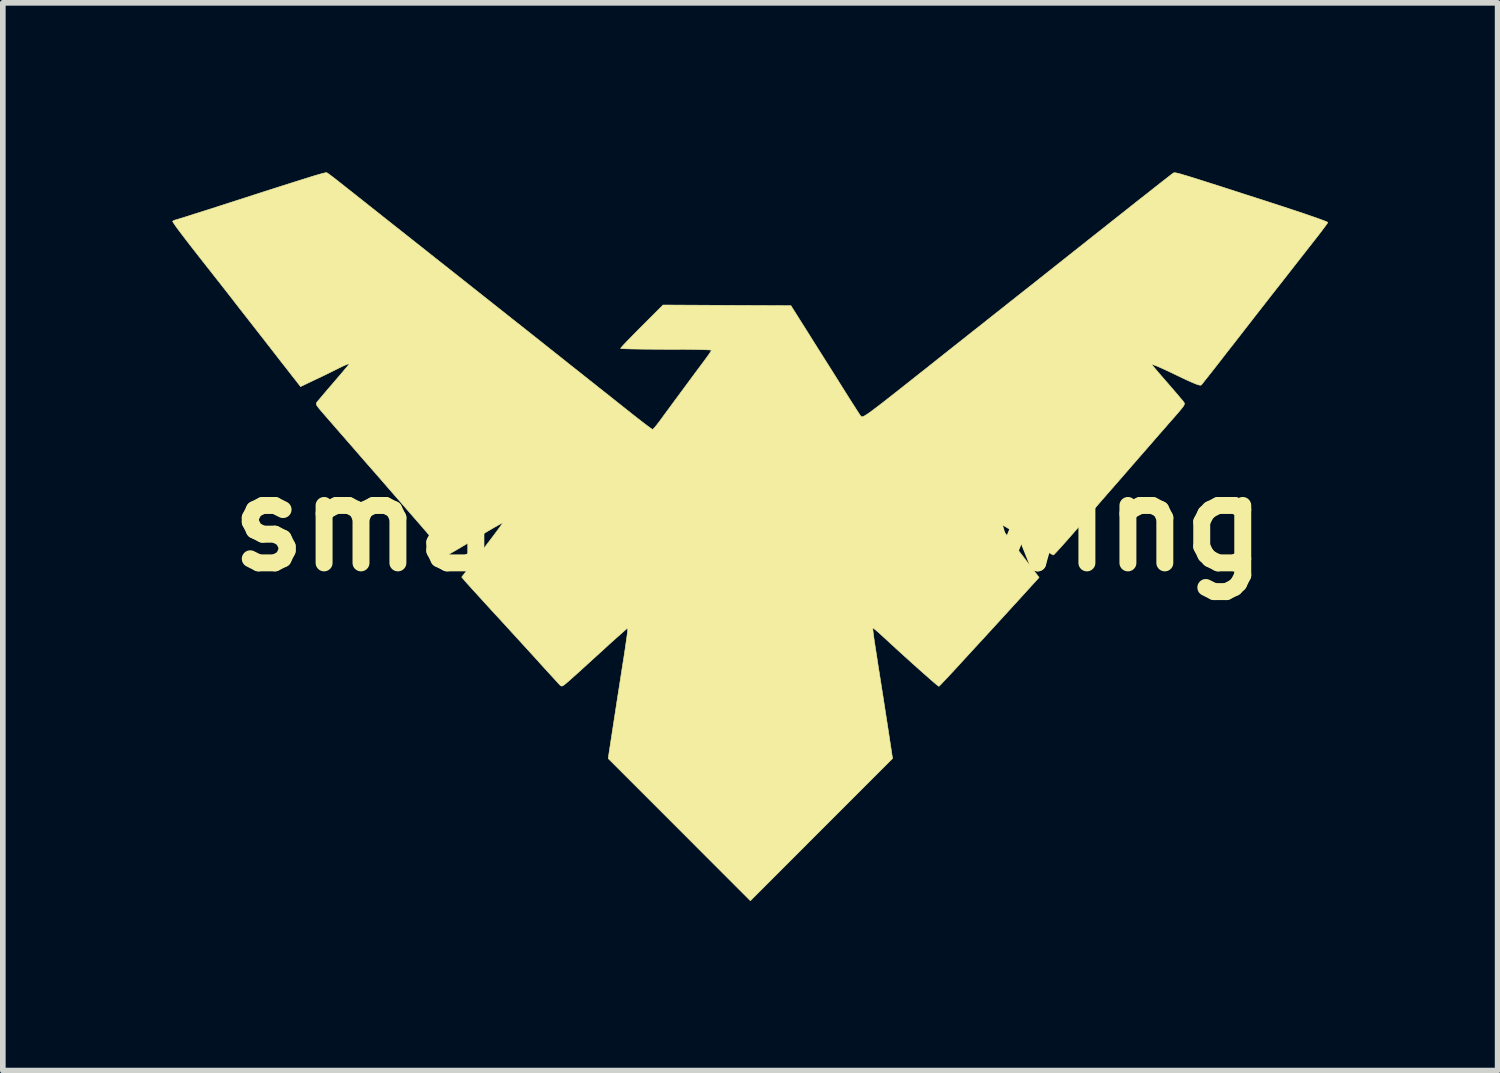
<source format=kicad_pcb>
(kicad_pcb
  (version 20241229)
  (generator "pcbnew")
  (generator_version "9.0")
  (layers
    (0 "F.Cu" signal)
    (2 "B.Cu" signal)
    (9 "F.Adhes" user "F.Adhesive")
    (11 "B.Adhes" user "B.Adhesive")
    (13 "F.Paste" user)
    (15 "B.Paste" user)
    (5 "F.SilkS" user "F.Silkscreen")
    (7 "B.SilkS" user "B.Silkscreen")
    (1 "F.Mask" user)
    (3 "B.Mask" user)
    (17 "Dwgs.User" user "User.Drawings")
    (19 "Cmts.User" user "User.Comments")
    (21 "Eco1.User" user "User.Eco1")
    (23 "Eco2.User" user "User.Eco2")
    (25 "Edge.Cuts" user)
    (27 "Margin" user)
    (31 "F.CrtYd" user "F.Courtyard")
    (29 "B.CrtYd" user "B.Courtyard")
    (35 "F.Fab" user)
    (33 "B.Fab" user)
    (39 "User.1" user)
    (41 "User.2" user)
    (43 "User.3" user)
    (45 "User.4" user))
  (footprint "small_nightwing"
    (layer "F.Cu")
    (at 10.196 6.221)
    (property "Reference" "small_nightwing" (at 0 0 0) (layer "F.SilkS") (effects (font (size 1.524 1.524) (thickness 0.3))))
    (attr through_hole)
    (fp_poly (pts (xy -7.464 -6.216) (xy -7.44 -6.2) (xy -7.389 -6.163) (xy -7.318 -6.109) (xy -7.235 -6.043) (xy -7.204 -6.019) (xy -7.111 -5.945) (xy -7.022 -5.875) (xy -6.947 -5.816) (xy -6.895 -5.774) (xy -6.887 -5.768) (xy -6.856 -5.744) (xy -6.796 -5.696) (xy -6.708 -5.626) (xy -6.596 -5.538) (xy -6.464 -5.433) (xy -6.314 -5.314) (xy -6.149 -5.184) (xy -5.973 -5.045) (xy -5.789 -4.899) (xy -5.768 -4.883) (xy -5.562 -4.719) (xy -5.345 -4.548) (xy -5.125 -4.374) (xy -4.907 -4.201) (xy -4.697 -4.035) (xy -4.5 -3.879) (xy -4.322 -3.738) (xy -4.168 -3.616) (xy -4.097 -3.56) (xy -3.94 -3.436) (xy -3.781 -3.31) (xy -3.626 -3.187) (xy -3.48 -3.071) (xy -3.35 -2.968) (xy -3.243 -2.883) (xy -3.177 -2.83) (xy -3.06 -2.738) (xy -2.934 -2.638) (xy -2.811 -2.54) (xy -2.703 -2.455) (xy -2.667 -2.426) (xy -2.58 -2.357) (xy -2.468 -2.269) (xy -2.343 -2.169) (xy -2.213 -2.066) (xy -2.088 -1.967) (xy -2.081 -1.961) (xy -1.974 -1.877) (xy -1.877 -1.802) (xy -1.797 -1.741) (xy -1.737 -1.697) (xy -1.704 -1.675) (xy -1.698 -1.672) (xy -1.678 -1.688) (xy -1.641 -1.731) (xy -1.593 -1.792) (xy -1.576 -1.815) (xy -1.533 -1.873) (xy -1.47 -1.96) (xy -1.39 -2.068) (xy -1.299 -2.192) (xy -1.2 -2.326) (xy -1.098 -2.464) (xy -0.998 -2.599) (xy -0.904 -2.726) (xy -0.82 -2.838) (xy -0.759 -2.921) (xy -0.711 -2.987) (xy -0.675 -3.04) (xy -0.657 -3.071) (xy -0.656 -3.074) (xy -0.677 -3.078) (xy -0.735 -3.081) (xy -0.826 -3.084) (xy -0.946 -3.087) (xy -1.09 -3.089) (xy -1.253 -3.09) (xy -1.43 -3.09) (xy -1.46 -3.09) (xy -1.64 -3.091) (xy -1.806 -3.092) (xy -1.953 -3.094) (xy -2.077 -3.096) (xy -2.174 -3.099) (xy -2.237 -3.102) (xy -2.264 -3.106) (xy -2.265 -3.106) (xy -2.25 -3.125) (xy -2.21 -3.17) (xy -2.148 -3.235) (xy -2.067 -3.318) (xy -1.973 -3.414) (xy -1.889 -3.498) (xy -1.513 -3.874) (xy -0.382 -3.868) (xy 0.749 -3.863) (xy 0.896 -3.63) (xy 0.945 -3.552) (xy 1.013 -3.445) (xy 1.094 -3.316) (xy 1.185 -3.171) (xy 1.281 -3.019) (xy 1.378 -2.865) (xy 1.403 -2.826) (xy 1.529 -2.626) (xy 1.634 -2.458) (xy 1.72 -2.321) (xy 1.79 -2.21) (xy 1.846 -2.122) (xy 1.889 -2.055) (xy 1.921 -2.005) (xy 1.944 -1.969) (xy 1.961 -1.944) (xy 1.972 -1.926) (xy 1.982 -1.914) (xy 1.99 -1.904) (xy 1.997 -1.897) (xy 2.008 -1.895) (xy 2.025 -1.899) (xy 2.05 -1.911) (xy 2.086 -1.933) (xy 2.135 -1.966) (xy 2.199 -2.013) (xy 2.281 -2.075) (xy 2.383 -2.153) (xy 2.508 -2.251) (xy 2.657 -2.368) (xy 2.834 -2.508) (xy 3.041 -2.672) (xy 3.133 -2.744) (xy 3.339 -2.908) (xy 3.548 -3.074) (xy 3.757 -3.239) (xy 3.959 -3.399) (xy 4.152 -3.551) (xy 4.329 -3.692) (xy 4.488 -3.817) (xy 4.622 -3.924) (xy 4.728 -4.007) (xy 4.731 -4.01) (xy 4.835 -4.092) (xy 4.968 -4.197) (xy 5.125 -4.321) (xy 5.301 -4.461) (xy 5.493 -4.613) (xy 5.696 -4.774) (xy 5.905 -4.939) (xy 6.115 -5.106) (xy 6.323 -5.27) (xy 6.344 -5.287) (xy 6.535 -5.438) (xy 6.717 -5.582) (xy 6.887 -5.717) (xy 7.043 -5.839) (xy 7.181 -5.948) (xy 7.298 -6.04) (xy 7.393 -6.114) (xy 7.461 -6.167) (xy 7.501 -6.198) (xy 7.509 -6.204) (xy 7.516 -6.208) (xy 7.523 -6.212) (xy 7.532 -6.214) (xy 7.546 -6.214) (xy 7.568 -6.211) (xy 7.6 -6.204) (xy 7.646 -6.192) (xy 7.706 -6.174) (xy 7.784 -6.151) (xy 7.884 -6.12) (xy 8.006 -6.081) (xy 8.154 -6.034) (xy 8.331 -5.978) (xy 8.538 -5.911) (xy 8.779 -5.833) (xy 9.057 -5.744) (xy 9.239 -5.685) (xy 9.442 -5.619) (xy 9.63 -5.557) (xy 9.799 -5.501) (xy 9.947 -5.45) (xy 10.07 -5.407) (xy 10.164 -5.373) (xy 10.225 -5.349) (xy 10.249 -5.336) (xy 10.25 -5.335) (xy 10.236 -5.312) (xy 10.199 -5.261) (xy 10.145 -5.189) (xy 10.078 -5.101) (xy 10.016 -5.022) (xy 9.857 -4.819) (xy 9.679 -4.592) (xy 9.48 -4.337) (xy 9.258 -4.054) (xy 9.013 -3.74) (xy 8.911 -3.609) (xy 8.736 -3.384) (xy 8.586 -3.191) (xy 8.457 -3.027) (xy 8.35 -2.888) (xy 8.261 -2.774) (xy 8.189 -2.682) (xy 8.132 -2.61) (xy 8.088 -2.555) (xy 8.056 -2.514) (xy 8.034 -2.486) (xy 8.02 -2.469) (xy 8.012 -2.46) (xy 7.997 -2.454) (xy 7.967 -2.459) (xy 7.917 -2.476) (xy 7.845 -2.506) (xy 7.744 -2.551) (xy 7.612 -2.614) (xy 7.549 -2.644) (xy 7.415 -2.708) (xy 7.304 -2.759) (xy 7.218 -2.796) (xy 7.161 -2.817) (xy 7.137 -2.821) (xy 7.138 -2.817) (xy 7.16 -2.789) (xy 7.205 -2.736) (xy 7.268 -2.662) (xy 7.344 -2.574) (xy 7.419 -2.488) (xy 7.502 -2.392) (xy 7.577 -2.305) (xy 7.638 -2.232) (xy 7.682 -2.18) (xy 7.701 -2.156) (xy 7.71 -2.141) (xy 7.714 -2.126) (xy 7.708 -2.107) (xy 7.691 -2.078) (xy 7.658 -2.035) (xy 7.607 -1.974) (xy 7.535 -1.891) (xy 7.438 -1.781) (xy 7.426 -1.768) (xy 7.393 -1.729) (xy 7.335 -1.663) (xy 7.255 -1.572) (xy 7.158 -1.46) (xy 7.045 -1.33) (xy 6.92 -1.187) (xy 6.787 -1.034) (xy 6.649 -0.875) (xy 6.508 -0.713) (xy 6.367 -0.552) (xy 6.231 -0.396) (xy 6.103 -0.248) (xy 5.984 -0.112) (xy 5.88 0.009) (xy 5.792 0.11) (xy 5.79 0.112) (xy 5.69 0.227) (xy 5.598 0.331) (xy 5.519 0.419) (xy 5.456 0.488) (xy 5.413 0.533) (xy 5.394 0.55) (xy 5.393 0.55) (xy 5.372 0.54) (xy 5.319 0.51) (xy 5.24 0.465) (xy 5.14 0.406) (xy 5.025 0.337) (xy 4.927 0.278) (xy 4.8 0.202) (xy 4.683 0.132) (xy 4.582 0.071) (xy 4.501 0.023) (xy 4.447 -0.009) (xy 4.427 -0.02) (xy 4.416 -0.017) (xy 4.433 0.016) (xy 4.477 0.08) (xy 4.539 0.162) (xy 4.61 0.255) (xy 4.698 0.369) (xy 4.793 0.493) (xy 4.886 0.613) (xy 4.92 0.659) (xy 5.141 0.947) (xy 4.758 1.368) (xy 4.642 1.495) (xy 4.523 1.625) (xy 4.408 1.751) (xy 4.303 1.866) (xy 4.215 1.962) (xy 4.17 2.011) (xy 4.087 2.101) (xy 3.985 2.212) (xy 3.873 2.334) (xy 3.76 2.457) (xy 3.674 2.551) (xy 3.585 2.647) (xy 3.506 2.732) (xy 3.44 2.801) (xy 3.394 2.85) (xy 3.37 2.872) (xy 3.368 2.874) (xy 3.349 2.861) (xy 3.302 2.823) (xy 3.231 2.762) (xy 3.139 2.681) (xy 3.029 2.584) (xy 2.904 2.472) (xy 2.768 2.349) (xy 2.625 2.219) (xy 2.477 2.083) (xy 2.383 1.997) (xy 2.314 1.933) (xy 2.256 1.883) (xy 2.216 1.85) (xy 2.202 1.841) (xy 2.199 1.845) (xy 2.199 1.859) (xy 2.201 1.885) (xy 2.206 1.928) (xy 2.214 1.989) (xy 2.226 2.074) (xy 2.243 2.184) (xy 2.265 2.324) (xy 2.291 2.495) (xy 2.324 2.703) (xy 2.36 2.932) (xy 2.381 3.065) (xy 2.406 3.226) (xy 2.433 3.401) (xy 2.46 3.574) (xy 2.481 3.711) (xy 2.548 4.151) (xy 1.29 5.409) (xy 0.032 6.668) (xy -1.226 5.409) (xy -2.484 4.151) (xy -2.384 3.499) (xy -2.354 3.305) (xy -2.322 3.095) (xy -2.288 2.881) (xy -2.256 2.674) (xy -2.227 2.487) (xy -2.204 2.344) (xy -2.183 2.204) (xy -2.165 2.079) (xy -2.15 1.975) (xy -2.141 1.897) (xy -2.137 1.851) (xy -2.138 1.841) (xy -2.156 1.855) (xy -2.201 1.894) (xy -2.269 1.955) (xy -2.357 2.033) (xy -2.461 2.126) (xy -2.575 2.231) (xy -2.615 2.267) (xy -2.739 2.38) (xy -2.858 2.488) (xy -2.967 2.588) (xy -3.062 2.673) (xy -3.137 2.74) (xy -3.186 2.784) (xy -3.192 2.789) (xy -3.251 2.839) (xy -3.288 2.865) (xy -3.312 2.869) (xy -3.332 2.857) (xy -3.343 2.845) (xy -3.368 2.819) (xy -3.416 2.766) (xy -3.485 2.691) (xy -3.569 2.599) (xy -3.664 2.495) (xy -3.743 2.407) (xy -3.859 2.28) (xy -3.996 2.13) (xy -4.143 1.969) (xy -4.293 1.805) (xy -4.437 1.648) (xy -4.537 1.54) (xy -4.648 1.418) (xy -4.752 1.304) (xy -4.845 1.202) (xy -4.923 1.116) (xy -4.982 1.051) (xy -5.017 1.011) (xy -5.022 1.005) (xy -5.076 0.941) (xy -4.709 0.465) (xy -4.615 0.342) (xy -4.531 0.231) (xy -4.459 0.135) (xy -4.403 0.059) (xy -4.366 0.006) (xy -4.351 -0.018) (xy -4.351 -0.019) (xy -4.37 -0.011) (xy -4.421 0.017) (xy -4.499 0.061) (xy -4.598 0.119) (xy -4.714 0.188) (xy -4.837 0.262) (xy -4.965 0.339) (xy -5.081 0.408) (xy -5.181 0.467) (xy -5.259 0.512) (xy -5.311 0.541) (xy -5.33 0.55) (xy -5.348 0.535) (xy -5.39 0.492) (xy -5.45 0.426) (xy -5.526 0.342) (xy -5.612 0.244) (xy -5.653 0.197) (xy -5.749 0.085) (xy -5.866 -0.05) (xy -5.997 -0.2) (xy -6.133 -0.357) (xy -6.27 -0.514) (xy -6.398 -0.661) (xy -6.402 -0.666) (xy -6.528 -0.811) (xy -6.661 -0.963) (xy -6.795 -1.116) (xy -6.921 -1.261) (xy -7.033 -1.39) (xy -7.126 -1.496) (xy -7.131 -1.503) (xy -7.228 -1.613) (xy -7.324 -1.724) (xy -7.413 -1.826) (xy -7.488 -1.912) (xy -7.542 -1.974) (xy -7.542 -1.974) (xy -7.601 -2.044) (xy -7.636 -2.09) (xy -7.649 -2.12) (xy -7.646 -2.142) (xy -7.638 -2.154) (xy -7.616 -2.181) (xy -7.57 -2.235) (xy -7.508 -2.309) (xy -7.432 -2.398) (xy -7.355 -2.487) (xy -7.272 -2.584) (xy -7.197 -2.672) (xy -7.135 -2.746) (xy -7.091 -2.798) (xy -7.07 -2.823) (xy -7.071 -2.834) (xy -7.107 -2.824) (xy -7.179 -2.792) (xy -7.232 -2.766) (xy -7.331 -2.717) (xy -7.452 -2.657) (xy -7.578 -2.596) (xy -7.676 -2.55) (xy -7.927 -2.43) (xy -7.974 -2.49) (xy -8.003 -2.528) (xy -8.053 -2.591) (xy -8.117 -2.673) (xy -8.189 -2.766) (xy -8.228 -2.815) (xy -8.304 -2.912) (xy -8.375 -3.004) (xy -8.435 -3.081) (xy -8.478 -3.137) (xy -8.492 -3.154) (xy -8.526 -3.198) (xy -8.579 -3.267) (xy -8.646 -3.352) (xy -8.717 -3.443) (xy -8.731 -3.461) (xy -8.817 -3.571) (xy -8.917 -3.699) (xy -9.018 -3.828) (xy -9.108 -3.944) (xy -9.108 -3.945) (xy -9.196 -4.058) (xy -9.293 -4.182) (xy -9.388 -4.303) (xy -9.469 -4.406) (xy -9.472 -4.41) (xy -9.654 -4.641) (xy -9.809 -4.839) (xy -9.938 -5.005) (xy -10.04 -5.139) (xy -10.116 -5.24) (xy -10.165 -5.31) (xy -10.189 -5.349) (xy -10.191 -5.356) (xy -10.165 -5.372) (xy -10.134 -5.381) (xy -10.104 -5.39) (xy -10.038 -5.41) (xy -9.941 -5.44) (xy -9.817 -5.48) (xy -9.671 -5.526) (xy -9.507 -5.578) (xy -9.331 -5.635) (xy -9.25 -5.661) (xy -8.936 -5.762) (xy -8.661 -5.851) (xy -8.421 -5.928) (xy -8.214 -5.994) (xy -8.038 -6.05) (xy -7.891 -6.096) (xy -7.77 -6.134) (xy -7.673 -6.164) (xy -7.597 -6.186) (xy -7.541 -6.202) (xy -7.502 -6.211) (xy -7.477 -6.216) (xy -7.465 -6.216) (xy -7.464 -6.216)) (stroke (width 0.01) (type solid)) (fill yes) (layer "F.SilkS")))
  (gr_rect
    (start -3 -3)
    (end 23.451 15.894)
    (stroke (width 0.1) (type default))
    (fill no)
    (layer "Edge.Cuts")))
</source>
